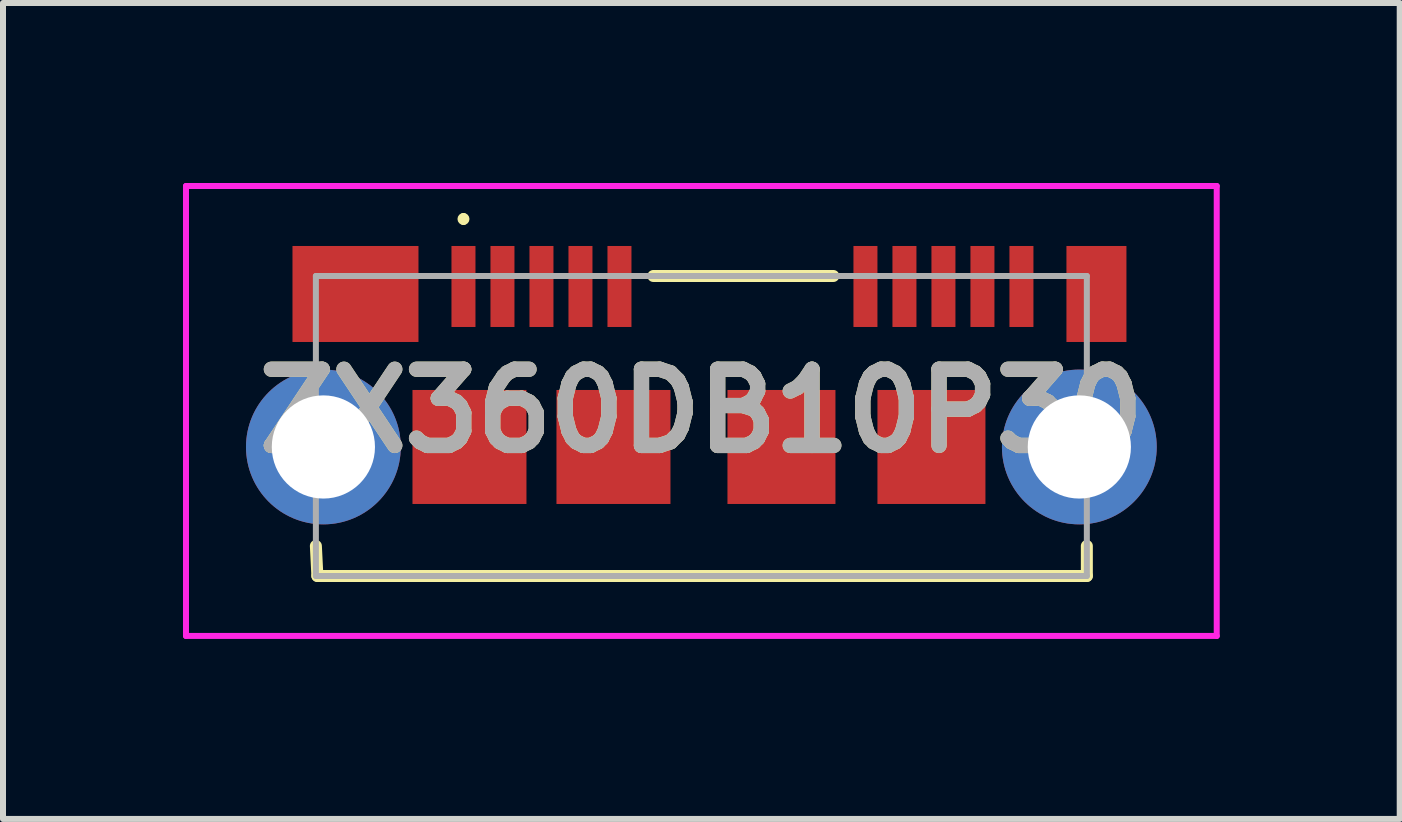
<source format=kicad_pcb>
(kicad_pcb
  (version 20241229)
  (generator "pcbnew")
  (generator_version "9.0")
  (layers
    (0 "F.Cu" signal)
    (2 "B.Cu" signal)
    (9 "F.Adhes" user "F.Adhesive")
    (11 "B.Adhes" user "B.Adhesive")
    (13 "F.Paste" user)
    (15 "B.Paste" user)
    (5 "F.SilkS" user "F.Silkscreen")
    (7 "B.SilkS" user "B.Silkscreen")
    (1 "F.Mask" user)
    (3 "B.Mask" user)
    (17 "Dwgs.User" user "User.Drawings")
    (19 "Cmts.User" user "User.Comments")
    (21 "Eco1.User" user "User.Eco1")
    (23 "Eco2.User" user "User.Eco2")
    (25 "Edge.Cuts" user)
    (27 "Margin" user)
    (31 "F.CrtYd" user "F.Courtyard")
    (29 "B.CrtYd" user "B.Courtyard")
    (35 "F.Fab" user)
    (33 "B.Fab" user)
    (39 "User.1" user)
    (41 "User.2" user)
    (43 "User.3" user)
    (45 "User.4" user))
  (footprint "ZX360DB10P30"
    (layer "F.Cu")
    (at 8.64 4.05)
    (property "Reference" "ZX360DB10P30" (at 0 -0.25 0) (layer "F.SilkS") (effects (font (size 1.27 1.27) (thickness 0.254))))
    (attr through_hole)
    (fp_line (start -6.425 2) (end -6.4 2.5) (stroke (width 0.2) (type solid)) (layer "F.SilkS"))
    (fp_line (start -6.4 2.5) (end 6.425 2.5) (stroke (width 0.2) (type solid)) (layer "F.SilkS"))
    (fp_line (start -3.965 -3.5) (end -3.965 -3.5) (stroke (width 0.1) (type solid)) (layer "F.SilkS"))
    (fp_line (start -3.965 -3.4) (end -3.965 -3.4) (stroke (width 0.1) (type solid)) (layer "F.SilkS"))
    (fp_line (start -0.8 -2.5) (end 2.2 -2.5) (stroke (width 0.2) (type solid)) (layer "F.SilkS"))
    (fp_line (start 6.425 2.5) (end 6.425 2) (stroke (width 0.2) (type solid)) (layer "F.SilkS"))
    (fp_arc (start -3.965 -3.5) (mid -3.915 -3.45) (end -3.965 -3.4) (stroke (width 0.1) (type solid)) (layer "F.SilkS"))
    (fp_arc (start -3.965 -3.4) (mid -4.015 -3.45) (end -3.965 -3.5) (stroke (width 0.1) (type solid)) (layer "F.SilkS"))
    (fp_line (start -8.59 -4) (end 8.59 -4) (stroke (width 0.1) (type solid)) (layer "F.CrtYd"))
    (fp_line (start -8.59 3.5) (end -8.59 -4) (stroke (width 0.1) (type solid)) (layer "F.CrtYd"))
    (fp_line (start 8.59 -4) (end 8.59 3.5) (stroke (width 0.1) (type solid)) (layer "F.CrtYd"))
    (fp_line (start 8.59 3.5) (end -8.59 3.5) (stroke (width 0.1) (type solid)) (layer "F.CrtYd"))
    (fp_line (start -6.425 -2.5) (end 6.425 -2.5) (stroke (width 0.1) (type solid)) (layer "F.Fab"))
    (fp_line (start -6.425 2.5) (end -6.425 -2.5) (stroke (width 0.1) (type solid)) (layer "F.Fab"))
    (fp_line (start 6.425 -2.5) (end 6.425 2.5) (stroke (width 0.1) (type solid)) (layer "F.Fab"))
    (fp_line (start 6.425 2.5) (end -6.425 2.5) (stroke (width 0.1) (type solid)) (layer "F.Fab"))
    (fp_text user "${REFERENCE}" (at 0 -0.25 0) (layer "F.Fab") (effects (font (size 1.27 1.27) (thickness 0.254))))
    (pad "1" smd rect (at -3.965 -2.325) (size 0.4 1.35) (layers "F.Cu" "F.Mask" "F.Paste"))
    (pad "2" smd rect (at -3.315 -2.325) (size 0.4 1.35) (layers "F.Cu" "F.Mask" "F.Paste"))
    (pad "3" smd rect (at -2.665 -2.325) (size 0.4 1.35) (layers "F.Cu" "F.Mask" "F.Paste"))
    (pad "4" smd rect (at -2.015 -2.325) (size 0.4 1.35) (layers "F.Cu" "F.Mask" "F.Paste"))
    (pad "5" smd rect (at -1.365 -2.325) (size 0.4 1.35) (layers "F.Cu" "F.Mask" "F.Paste"))
    (pad "6" smd rect (at 2.735 -2.325) (size 0.4 1.35) (layers "F.Cu" "F.Mask" "F.Paste"))
    (pad "7" smd rect (at 3.385 -2.325) (size 0.4 1.35) (layers "F.Cu" "F.Mask" "F.Paste"))
    (pad "8" smd rect (at 4.035 -2.325) (size 0.4 1.35) (layers "F.Cu" "F.Mask" "F.Paste"))
    (pad "9" smd rect (at 4.685 -2.325) (size 0.4 1.35) (layers "F.Cu" "F.Mask" "F.Paste"))
    (pad "10" smd rect (at 5.335 -2.325) (size 0.4 1.35) (layers "F.Cu" "F.Mask" "F.Paste"))
    (pad "11" thru_hole circle (at -6.3 0.35) (size 2.58 2.58) (drill 1.72) (layers "*.Cu" "*.Mask"))
    (pad "11" smd rect (at -5.765 -2.2 90) (size 1.6 2.1) (layers "F.Cu" "F.Mask" "F.Paste"))
    (pad "11" smd rect (at -3.865 0.35) (size 1.9 1.9) (layers "F.Cu" "F.Mask" "F.Paste"))
    (pad "11" smd rect (at -1.465 0.35) (size 1.9 1.9) (layers "F.Cu" "F.Mask" "F.Paste"))
    (pad "11" smd rect (at 1.335 0.35) (size 1.8 1.9) (layers "F.Cu" "F.Mask" "F.Paste"))
    (pad "11" smd rect (at 3.835 0.35) (size 1.8 1.9) (layers "F.Cu" "F.Mask" "F.Paste"))
    (pad "11" thru_hole circle (at 6.3 0.35) (size 2.58 2.58) (drill 1.72) (layers "*.Cu" "*.Mask"))
    (pad "11" smd rect (at 6.585 -2.2) (size 1 1.6) (layers "F.Cu" "F.Mask" "F.Paste")))
  (gr_rect
    (start -3 -3)
    (end 20.28 10.6)
    (stroke (width 0.1) (type default))
    (fill no)
    (layer "Edge.Cuts")))
</source>
